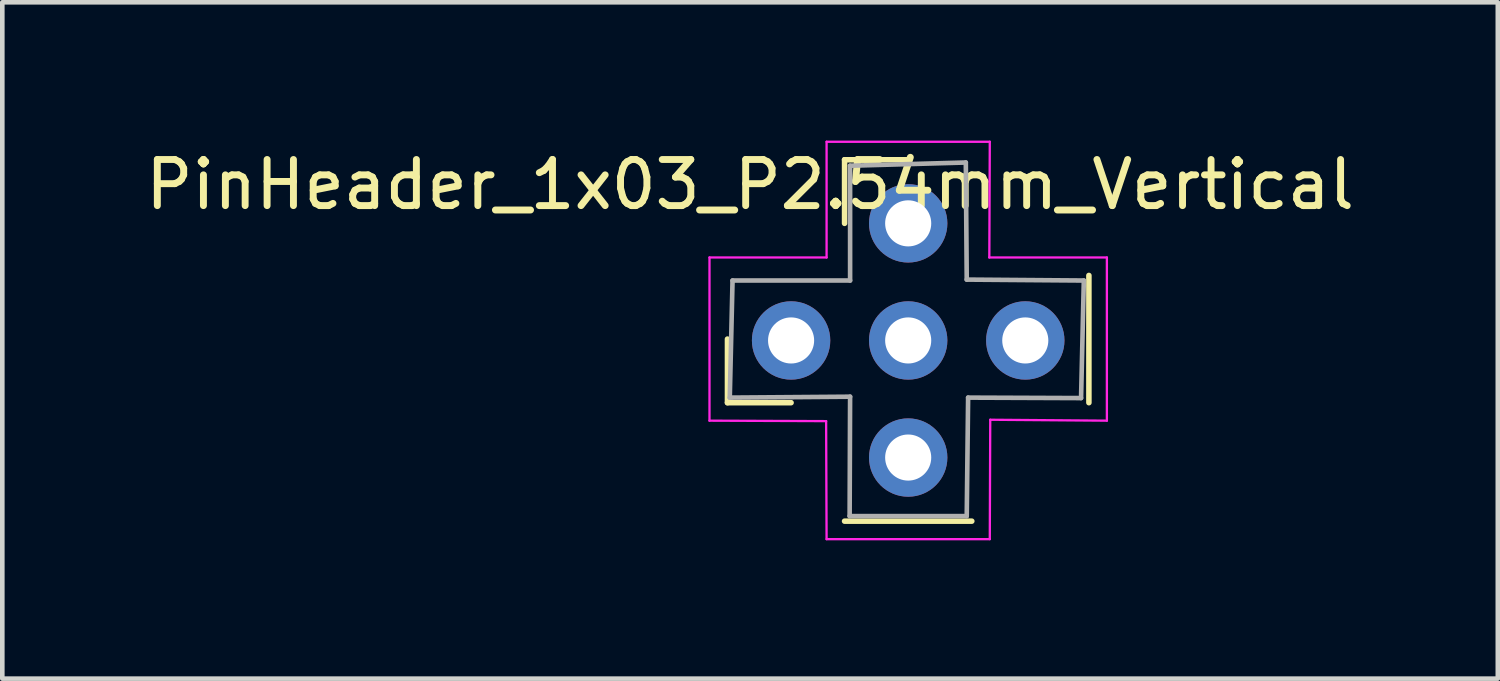
<source format=kicad_pcb>
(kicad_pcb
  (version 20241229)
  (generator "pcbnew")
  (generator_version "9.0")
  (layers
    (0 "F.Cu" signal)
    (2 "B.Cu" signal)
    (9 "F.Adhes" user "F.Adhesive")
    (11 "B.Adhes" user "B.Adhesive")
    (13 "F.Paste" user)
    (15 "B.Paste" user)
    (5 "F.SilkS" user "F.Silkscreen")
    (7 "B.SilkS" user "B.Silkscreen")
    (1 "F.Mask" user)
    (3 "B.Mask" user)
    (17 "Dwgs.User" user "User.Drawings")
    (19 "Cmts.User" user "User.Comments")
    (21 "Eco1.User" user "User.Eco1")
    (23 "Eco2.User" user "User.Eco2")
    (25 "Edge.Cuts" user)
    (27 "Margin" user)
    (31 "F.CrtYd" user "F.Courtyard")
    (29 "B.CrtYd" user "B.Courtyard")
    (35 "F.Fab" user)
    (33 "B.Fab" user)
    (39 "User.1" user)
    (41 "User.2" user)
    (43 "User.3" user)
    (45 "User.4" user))
  (footprint "PinHeader_1x03_P2.54mm_Vertical"
    (layer "F.Cu")
    (at 16.65 4.335)
    (property "Reference" "PinHeader_1x03_P2.54mm_Vertical" (at -3.43 -3.38 0) (layer "F.SilkS") (effects (font (size 1 1) (thickness 0.15))))
    (attr through_hole)
    (fp_line (start -3.92 1.35) (end -3.92 -0.03) (stroke (width 0.12) (type solid)) (layer "F.SilkS"))
    (fp_line (start -2.54 1.35) (end -3.92 1.35) (stroke (width 0.12) (type solid)) (layer "F.SilkS"))
    (fp_line (start -1.38 -3.92) (end 0 -3.92) (stroke (width 0.12) (type solid)) (layer "F.SilkS"))
    (fp_line (start -1.38 -2.54) (end -1.38 -3.92) (stroke (width 0.12) (type solid)) (layer "F.SilkS"))
    (fp_line (start -1.38 3.92) (end 1.38 3.92) (stroke (width 0.12) (type solid)) (layer "F.SilkS"))
    (fp_line (start 3.92 1.35) (end 3.92 -1.41) (stroke (width 0.12) (type solid)) (layer "F.SilkS"))
    (fp_line (start -4.31 -1.8) (end -4.31 1.74) (stroke (width 0.05) (type default)) (layer "F.CrtYd"))
    (fp_line (start -4.31 1.74) (end -1.78 1.75) (stroke (width 0.05) (type default)) (layer "F.CrtYd"))
    (fp_line (start -1.78 1.75) (end -1.77 4.31) (stroke (width 0.05) (type default)) (layer "F.CrtYd"))
    (fp_line (start -1.77 -4.31) (end -1.77 -1.8) (stroke (width 0.05) (type default)) (layer "F.CrtYd"))
    (fp_line (start -1.77 -4.31) (end 1.77 -4.31) (stroke (width 0.05) (type default)) (layer "F.CrtYd"))
    (fp_line (start -1.77 -1.8) (end -4.31 -1.8) (stroke (width 0.05) (type default)) (layer "F.CrtYd"))
    (fp_line (start 1.76 -1.8) (end 1.77 -4.31) (stroke (width 0.05) (type default)) (layer "F.CrtYd"))
    (fp_line (start 1.77 4.31) (end -1.77 4.31) (stroke (width 0.05) (type default)) (layer "F.CrtYd"))
    (fp_line (start 1.77 4.31) (end 1.78 1.72) (stroke (width 0.05) (type default)) (layer "F.CrtYd"))
    (fp_line (start 1.78 1.72) (end 4.31 1.74) (stroke (width 0.05) (type default)) (layer "F.CrtYd"))
    (fp_line (start 4.31 -1.8) (end 1.76 -1.8) (stroke (width 0.05) (type default)) (layer "F.CrtYd"))
    (fp_line (start 4.31 -1.8) (end 4.31 1.74) (stroke (width 0.05) (type default)) (layer "F.CrtYd"))
    (fp_line (start -3.81 -1.3) (end -3.87 1.24) (stroke (width 0.1) (type default)) (layer "F.Fab"))
    (fp_line (start -3.81 -1.3) (end -1.26 -1.3) (stroke (width 0.1) (type default)) (layer "F.Fab"))
    (fp_line (start -1.27 3.81) (end -1.26 1.22) (stroke (width 0.1) (type default)) (layer "F.Fab"))
    (fp_line (start -1.27 3.81) (end 1.27 3.81) (stroke (width 0.1) (type default)) (layer "F.Fab"))
    (fp_line (start -1.26 -1.3) (end -1.26 -3.79) (stroke (width 0.1) (type default)) (layer "F.Fab"))
    (fp_line (start -1.26 1.22) (end -3.87 1.24) (stroke (width 0.1) (type default)) (layer "F.Fab"))
    (fp_line (start 1.25 -3.86) (end -1.26 -3.79) (stroke (width 0.1) (type default)) (layer "F.Fab"))
    (fp_line (start 1.27 -1.32) (end 1.25 -3.86) (stroke (width 0.1) (type default)) (layer "F.Fab"))
    (fp_line (start 1.27 -1.32) (end 3.81 -1.3) (stroke (width 0.1) (type default)) (layer "F.Fab"))
    (fp_line (start 1.3 1.24) (end 1.27 3.81) (stroke (width 0.1) (type default)) (layer "F.Fab"))
    (fp_line (start 3.75 1.25) (end 1.3 1.24) (stroke (width 0.1) (type default)) (layer "F.Fab"))
    (fp_line (start 3.75 1.25) (end 3.81 -1.3) (stroke (width 0.1) (type default)) (layer "F.Fab"))
    (pad "1" thru_hole circle (at 0 0 90) (size 1.7 1.7) (drill 1) (layers "*.Cu" "*.Mask"))
    (pad "2" thru_hole circle (at 0 -2.54) (size 1.7 1.7) (drill 1) (layers "*.Cu" "*.Mask"))
    (pad "3" thru_hole circle (at 2.54 0 90) (size 1.7 1.7) (drill 1) (layers "*.Cu" "*.Mask"))
    (pad "4" thru_hole circle (at 0 2.54) (size 1.7 1.7) (drill 1) (layers "*.Cu" "*.Mask"))
    (pad "5" thru_hole circle (at -2.54 0 90) (size 1.7 1.7) (drill 1) (layers "*.Cu" "*.Mask")))
  (gr_rect
    (start -3 -3)
    (end 29.44 11.67)
    (stroke (width 0.1) (type default))
    (fill no)
    (layer "Edge.Cuts")))
</source>
